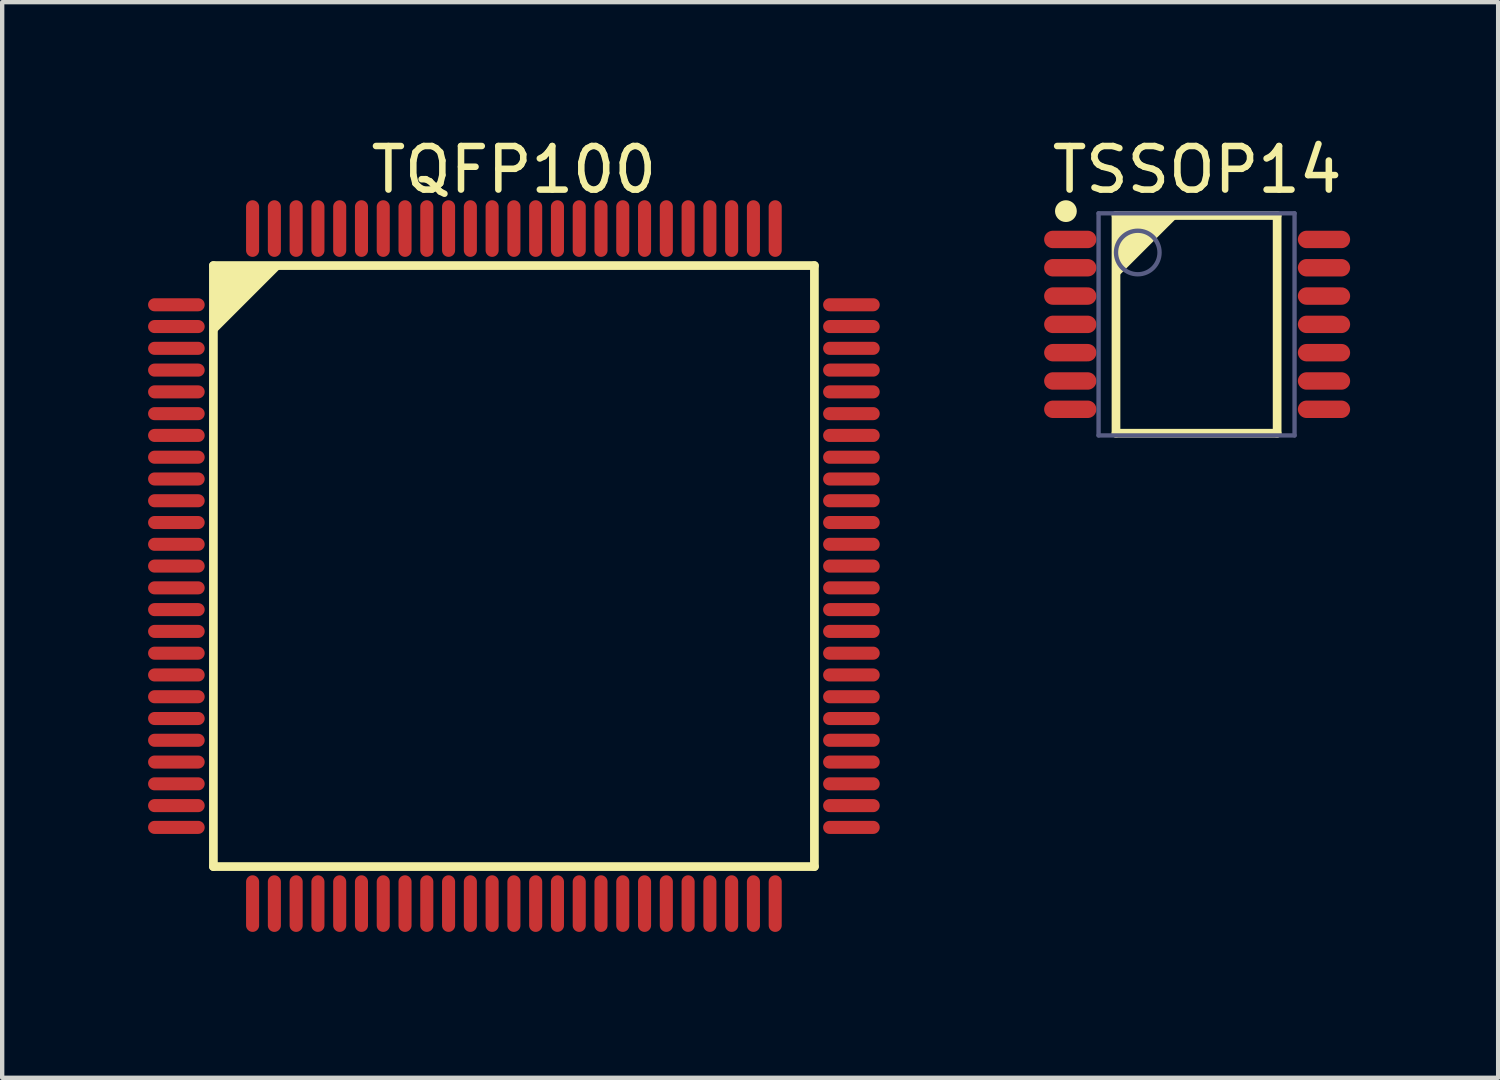
<source format=kicad_pcb>
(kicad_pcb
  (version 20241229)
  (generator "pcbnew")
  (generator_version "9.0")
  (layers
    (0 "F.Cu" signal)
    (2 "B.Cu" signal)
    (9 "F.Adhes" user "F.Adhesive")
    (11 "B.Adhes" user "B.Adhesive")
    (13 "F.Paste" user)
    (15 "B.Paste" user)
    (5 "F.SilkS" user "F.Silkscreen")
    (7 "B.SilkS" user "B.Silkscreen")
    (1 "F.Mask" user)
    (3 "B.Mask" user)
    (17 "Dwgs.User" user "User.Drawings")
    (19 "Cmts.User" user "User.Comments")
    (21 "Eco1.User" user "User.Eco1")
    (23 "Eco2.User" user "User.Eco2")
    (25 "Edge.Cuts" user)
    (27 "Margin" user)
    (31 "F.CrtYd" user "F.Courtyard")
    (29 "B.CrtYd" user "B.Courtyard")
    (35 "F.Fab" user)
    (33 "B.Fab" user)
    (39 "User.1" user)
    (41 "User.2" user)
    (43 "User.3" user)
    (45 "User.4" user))
  (footprint "TQFP100"
    (layer "F.Cu")
    (at 8.75 9.948)
    (property "Reference" "TQFP100" (at 0 -9.1 0) (layer "F.SilkS") (effects (font (size 1 1) (thickness 0.15))))
    (fp_line (start -6.9 -6.9) (end 6.9 -6.9) (stroke (width 0.2) (type solid)) (layer "F.SilkS"))
    (fp_line (start -6.9 6.9) (end -6.9 -6.9) (stroke (width 0.2) (type solid)) (layer "F.SilkS"))
    (fp_line (start -6.9 6.9) (end 6.9 6.9) (stroke (width 0.2) (type solid)) (layer "F.SilkS"))
    (fp_line (start 6.9 6.9) (end 6.9 -6.9) (stroke (width 0.2) (type solid)) (layer "F.SilkS"))
    (fp_poly (pts (xy -6.85 -6.85) (xy -5.35 -6.85) (xy -6.85 -5.35)) (stroke (width 0) (type default)) (fill yes) (layer "F.SilkS"))
    (fp_line (start -8.7 -8.7) (end 8.7 -8.7) (stroke (width 0.1) (type solid)) (layer "Eco2.User"))
    (fp_line (start -8.7 8.7) (end -8.7 -8.7) (stroke (width 0.1) (type solid)) (layer "Eco2.User"))
    (fp_line (start -8.7 8.7) (end 8.7 8.7) (stroke (width 0.1) (type solid)) (layer "Eco2.User"))
    (fp_line (start -0.5 0) (end 0.5 0) (stroke (width 0.1) (type solid)) (layer "Eco2.User"))
    (fp_line (start 0 0.5) (end 0 -0.5) (stroke (width 0.1) (type solid)) (layer "Eco2.User"))
    (fp_line (start 8.7 8.7) (end 8.7 -8.7) (stroke (width 0.1) (type solid)) (layer "Eco2.User"))
    (fp_text_box "" (start -7.55 -6.6) (end -7.55 -6.6) (margins 0.425 0.425 0.425 0.425) (angle 270) (layer "F.Cu") (effects (font (size 0.5 0.05) (thickness 0.45)) (justify left bottom)) (border yes) (stroke (width 0.1) (type default)))
    (pad "1" smd oval (at -7.75 -6 90) (size 0.3 1.3) (layers "F.Cu" "F.Mask" "F.Paste"))
    (pad "2" smd oval (at -7.75 -5.5 90) (size 0.3 1.3) (layers "F.Cu" "F.Mask" "F.Paste"))
    (pad "3" smd oval (at -7.75 -5 90) (size 0.3 1.3) (layers "F.Cu" "F.Mask" "F.Paste"))
    (pad "4" smd oval (at -7.75 -4.5 90) (size 0.3 1.3) (layers "F.Cu" "F.Mask" "F.Paste"))
    (pad "5" smd oval (at -7.75 -4 90) (size 0.3 1.3) (layers "F.Cu" "F.Mask" "F.Paste"))
    (pad "6" smd oval (at -7.75 -3.5 90) (size 0.3 1.3) (layers "F.Cu" "F.Mask" "F.Paste"))
    (pad "7" smd oval (at -7.75 -3 90) (size 0.3 1.3) (layers "F.Cu" "F.Mask" "F.Paste"))
    (pad "8" smd oval (at -7.75 -2.5 90) (size 0.3 1.3) (layers "F.Cu" "F.Mask" "F.Paste"))
    (pad "9" smd oval (at -7.75 -2 90) (size 0.3 1.3) (layers "F.Cu" "F.Mask" "F.Paste"))
    (pad "10" smd oval (at -7.75 -1.5 90) (size 0.3 1.3) (layers "F.Cu" "F.Mask" "F.Paste"))
    (pad "11" smd oval (at -7.75 -1 90) (size 0.3 1.3) (layers "F.Cu" "F.Mask" "F.Paste"))
    (pad "12" smd oval (at -7.75 -0.5 90) (size 0.3 1.3) (layers "F.Cu" "F.Mask" "F.Paste"))
    (pad "13" smd oval (at -7.75 0 90) (size 0.3 1.3) (layers "F.Cu" "F.Mask" "F.Paste"))
    (pad "14" smd oval (at -7.75 0.5 90) (size 0.3 1.3) (layers "F.Cu" "F.Mask" "F.Paste"))
    (pad "15" smd oval (at -7.75 1 90) (size 0.3 1.3) (layers "F.Cu" "F.Mask" "F.Paste"))
    (pad "16" smd oval (at -7.75 1.5 90) (size 0.3 1.3) (layers "F.Cu" "F.Mask" "F.Paste"))
    (pad "17" smd oval (at -7.75 2 90) (size 0.3 1.3) (layers "F.Cu" "F.Mask" "F.Paste"))
    (pad "18" smd oval (at -7.75 2.5 90) (size 0.3 1.3) (layers "F.Cu" "F.Mask" "F.Paste"))
    (pad "19" smd oval (at -7.75 3 90) (size 0.3 1.3) (layers "F.Cu" "F.Mask" "F.Paste"))
    (pad "20" smd oval (at -7.75 3.5 90) (size 0.3 1.3) (layers "F.Cu" "F.Mask" "F.Paste"))
    (pad "21" smd oval (at -7.75 4 90) (size 0.3 1.3) (layers "F.Cu" "F.Mask" "F.Paste"))
    (pad "22" smd oval (at -7.75 4.5 90) (size 0.3 1.3) (layers "F.Cu" "F.Mask" "F.Paste"))
    (pad "23" smd oval (at -7.75 5 90) (size 0.3 1.3) (layers "F.Cu" "F.Mask" "F.Paste"))
    (pad "24" smd oval (at -7.75 5.5 90) (size 0.3 1.3) (layers "F.Cu" "F.Mask" "F.Paste"))
    (pad "25" smd oval (at -7.75 6 90) (size 0.3 1.3) (layers "F.Cu" "F.Mask" "F.Paste"))
    (pad "26" smd oval (at -6 7.75) (size 0.3 1.3) (layers "F.Cu" "F.Mask" "F.Paste"))
    (pad "27" smd oval (at -5.5 7.75) (size 0.3 1.3) (layers "F.Cu" "F.Mask" "F.Paste"))
    (pad "28" smd oval (at -5 7.75) (size 0.3 1.3) (layers "F.Cu" "F.Mask" "F.Paste"))
    (pad "29" smd oval (at -4.5 7.75) (size 0.3 1.3) (layers "F.Cu" "F.Mask" "F.Paste"))
    (pad "30" smd oval (at -4 7.75) (size 0.3 1.3) (layers "F.Cu" "F.Mask" "F.Paste"))
    (pad "31" smd oval (at -3.5 7.75) (size 0.3 1.3) (layers "F.Cu" "F.Mask" "F.Paste"))
    (pad "32" smd oval (at -3 7.75) (size 0.3 1.3) (layers "F.Cu" "F.Mask" "F.Paste"))
    (pad "33" smd oval (at -2.5 7.75) (size 0.3 1.3) (layers "F.Cu" "F.Mask" "F.Paste"))
    (pad "34" smd oval (at -2 7.75) (size 0.3 1.3) (layers "F.Cu" "F.Mask" "F.Paste"))
    (pad "35" smd oval (at -1.5 7.75) (size 0.3 1.3) (layers "F.Cu" "F.Mask" "F.Paste"))
    (pad "36" smd oval (at -1 7.75) (size 0.3 1.3) (layers "F.Cu" "F.Mask" "F.Paste"))
    (pad "37" smd oval (at -0.5 7.75) (size 0.3 1.3) (layers "F.Cu" "F.Mask" "F.Paste"))
    (pad "38" smd oval (at 0 7.75) (size 0.3 1.3) (layers "F.Cu" "F.Mask" "F.Paste"))
    (pad "39" smd oval (at 0.5 7.75) (size 0.3 1.3) (layers "F.Cu" "F.Mask" "F.Paste"))
    (pad "40" smd oval (at 1 7.75) (size 0.3 1.3) (layers "F.Cu" "F.Mask" "F.Paste"))
    (pad "41" smd oval (at 1.5 7.75) (size 0.3 1.3) (layers "F.Cu" "F.Mask" "F.Paste"))
    (pad "42" smd oval (at 2 7.75) (size 0.3 1.3) (layers "F.Cu" "F.Mask" "F.Paste"))
    (pad "43" smd oval (at 2.5 7.75) (size 0.3 1.3) (layers "F.Cu" "F.Mask" "F.Paste"))
    (pad "44" smd oval (at 3 7.75) (size 0.3 1.3) (layers "F.Cu" "F.Mask" "F.Paste"))
    (pad "45" smd oval (at 3.5 7.75) (size 0.3 1.3) (layers "F.Cu" "F.Mask" "F.Paste"))
    (pad "46" smd oval (at 4 7.75) (size 0.3 1.3) (layers "F.Cu" "F.Mask" "F.Paste"))
    (pad "47" smd oval (at 4.5 7.75) (size 0.3 1.3) (layers "F.Cu" "F.Mask" "F.Paste"))
    (pad "48" smd oval (at 5 7.75) (size 0.3 1.3) (layers "F.Cu" "F.Mask" "F.Paste"))
    (pad "49" smd oval (at 5.5 7.75) (size 0.3 1.3) (layers "F.Cu" "F.Mask" "F.Paste"))
    (pad "50" smd oval (at 6 7.75) (size 0.3 1.3) (layers "F.Cu" "F.Mask" "F.Paste"))
    (pad "51" smd oval (at 7.75 6 90) (size 0.3 1.3) (layers "F.Cu" "F.Mask" "F.Paste"))
    (pad "52" smd oval (at 7.75 5.5 90) (size 0.3 1.3) (layers "F.Cu" "F.Mask" "F.Paste"))
    (pad "53" smd oval (at 7.75 5 90) (size 0.3 1.3) (layers "F.Cu" "F.Mask" "F.Paste"))
    (pad "54" smd oval (at 7.75 4.5 90) (size 0.3 1.3) (layers "F.Cu" "F.Mask" "F.Paste"))
    (pad "55" smd oval (at 7.75 4 90) (size 0.3 1.3) (layers "F.Cu" "F.Mask" "F.Paste"))
    (pad "56" smd oval (at 7.75 3.5 90) (size 0.3 1.3) (layers "F.Cu" "F.Mask" "F.Paste"))
    (pad "57" smd oval (at 7.75 3 90) (size 0.3 1.3) (layers "F.Cu" "F.Mask" "F.Paste"))
    (pad "58" smd oval (at 7.75 2.5 90) (size 0.3 1.3) (layers "F.Cu" "F.Mask" "F.Paste"))
    (pad "59" smd oval (at 7.75 2 90) (size 0.3 1.3) (layers "F.Cu" "F.Mask" "F.Paste"))
    (pad "60" smd oval (at 7.75 1.5 90) (size 0.3 1.3) (layers "F.Cu" "F.Mask" "F.Paste"))
    (pad "61" smd oval (at 7.75 1 90) (size 0.3 1.3) (layers "F.Cu" "F.Mask" "F.Paste"))
    (pad "62" smd oval (at 7.75 0.5 90) (size 0.3 1.3) (layers "F.Cu" "F.Mask" "F.Paste"))
    (pad "63" smd oval (at 7.75 0 90) (size 0.3 1.3) (layers "F.Cu" "F.Mask" "F.Paste"))
    (pad "64" smd oval (at 7.75 -0.5 90) (size 0.3 1.3) (layers "F.Cu" "F.Mask" "F.Paste"))
    (pad "65" smd oval (at 7.75 -1 90) (size 0.3 1.3) (layers "F.Cu" "F.Mask" "F.Paste"))
    (pad "66" smd oval (at 7.75 -1.5 90) (size 0.3 1.3) (layers "F.Cu" "F.Mask" "F.Paste"))
    (pad "67" smd oval (at 7.75 -2 90) (size 0.3 1.3) (layers "F.Cu" "F.Mask" "F.Paste"))
    (pad "68" smd oval (at 7.75 -2.5 90) (size 0.3 1.3) (layers "F.Cu" "F.Mask" "F.Paste"))
    (pad "69" smd oval (at 7.75 -3 90) (size 0.3 1.3) (layers "F.Cu" "F.Mask" "F.Paste"))
    (pad "70" smd oval (at 7.75 -3.5 90) (size 0.3 1.3) (layers "F.Cu" "F.Mask" "F.Paste"))
    (pad "71" smd oval (at 7.75 -4 90) (size 0.3 1.3) (layers "F.Cu" "F.Mask" "F.Paste"))
    (pad "72" smd oval (at 7.75 -4.5 90) (size 0.3 1.3) (layers "F.Cu" "F.Mask" "F.Paste"))
    (pad "73" smd oval (at 7.75 -5 90) (size 0.3 1.3) (layers "F.Cu" "F.Mask" "F.Paste"))
    (pad "74" smd oval (at 7.75 -5.5 90) (size 0.3 1.3) (layers "F.Cu" "F.Mask" "F.Paste"))
    (pad "75" smd oval (at 7.75 -6 90) (size 0.3 1.3) (layers "F.Cu" "F.Mask" "F.Paste"))
    (pad "76" smd oval (at 6 -7.75) (size 0.3 1.3) (layers "F.Cu" "F.Mask" "F.Paste"))
    (pad "77" smd oval (at 5.5 -7.75) (size 0.3 1.3) (layers "F.Cu" "F.Mask" "F.Paste"))
    (pad "78" smd oval (at 5 -7.75) (size 0.3 1.3) (layers "F.Cu" "F.Mask" "F.Paste"))
    (pad "79" smd oval (at 4.5 -7.75) (size 0.3 1.3) (layers "F.Cu" "F.Mask" "F.Paste"))
    (pad "80" smd oval (at 4 -7.75) (size 0.3 1.3) (layers "F.Cu" "F.Mask" "F.Paste"))
    (pad "81" smd oval (at 3.5 -7.75) (size 0.3 1.3) (layers "F.Cu" "F.Mask" "F.Paste"))
    (pad "82" smd oval (at 3 -7.75) (size 0.3 1.3) (layers "F.Cu" "F.Mask" "F.Paste"))
    (pad "83" smd oval (at 2.5 -7.75) (size 0.3 1.3) (layers "F.Cu" "F.Mask" "F.Paste"))
    (pad "84" smd oval (at 2 -7.75) (size 0.3 1.3) (layers "F.Cu" "F.Mask" "F.Paste"))
    (pad "85" smd oval (at 1.5 -7.75) (size 0.3 1.3) (layers "F.Cu" "F.Mask" "F.Paste"))
    (pad "86" smd oval (at 1 -7.75) (size 0.3 1.3) (layers "F.Cu" "F.Mask" "F.Paste"))
    (pad "87" smd oval (at 0.5 -7.75) (size 0.3 1.3) (layers "F.Cu" "F.Mask" "F.Paste"))
    (pad "88" smd oval (at 0 -7.75) (size 0.3 1.3) (layers "F.Cu" "F.Mask" "F.Paste"))
    (pad "89" smd oval (at -0.5 -7.75) (size 0.3 1.3) (layers "F.Cu" "F.Mask" "F.Paste"))
    (pad "90" smd oval (at -1 -7.75) (size 0.3 1.3) (layers "F.Cu" "F.Mask" "F.Paste"))
    (pad "91" smd oval (at -1.5 -7.75) (size 0.3 1.3) (layers "F.Cu" "F.Mask" "F.Paste"))
    (pad "92" smd oval (at -2 -7.75) (size 0.3 1.3) (layers "F.Cu" "F.Mask" "F.Paste"))
    (pad "93" smd oval (at -2.5 -7.75) (size 0.3 1.3) (layers "F.Cu" "F.Mask" "F.Paste"))
    (pad "94" smd oval (at -3 -7.75) (size 0.3 1.3) (layers "F.Cu" "F.Mask" "F.Paste"))
    (pad "95" smd oval (at -3.5 -7.75) (size 0.3 1.3) (layers "F.Cu" "F.Mask" "F.Paste"))
    (pad "96" smd oval (at -4 -7.75) (size 0.3 1.3) (layers "F.Cu" "F.Mask" "F.Paste"))
    (pad "97" smd oval (at -4.5 -7.75) (size 0.3 1.3) (layers "F.Cu" "F.Mask" "F.Paste"))
    (pad "98" smd oval (at -5 -7.75) (size 0.3 1.3) (layers "F.Cu" "F.Mask" "F.Paste"))
    (pad "99" smd oval (at -5.5 -7.75) (size 0.3 1.3) (layers "F.Cu" "F.Mask" "F.Paste"))
    (pad "100" smd oval (at -6 -7.75) (size 0.3 1.3) (layers "F.Cu" "F.Mask" "F.Paste")))
  (footprint "TSSOP14"
    (layer "F.Cu")
    (at 24.438 4.398)
    (property "Reference" "TSSOP14" (at 0 -3.55 0) (layer "F.SilkS") (effects (font (size 1 1) (thickness 0.15))))
    (fp_line (start -1.863 -2.5) (end 1.837 -2.5) (stroke (width 0.2) (type solid)) (layer "F.SilkS"))
    (fp_line (start -1.863 2.5) (end -1.863 -2.5) (stroke (width 0.2) (type solid)) (layer "F.SilkS"))
    (fp_line (start -1.863 2.5) (end 1.837 2.5) (stroke (width 0.2) (type solid)) (layer "F.SilkS"))
    (fp_line (start 1.837 2.5) (end 1.837 -2.5) (stroke (width 0.2) (type solid)) (layer "F.SilkS"))
    (fp_circle (center -3.013 -2.6) (end -3.013 -2.725) (stroke (width 0.25) (type solid)) (fill no) (layer "F.SilkS"))
    (fp_poly (pts (xy -0.412 -2.5) (xy -1.913 -1) (xy -1.913 -2.5) (xy -1.863 -2.55)) (stroke (width 0) (type default)) (fill yes) (layer "F.SilkS"))
    (fp_line (start -3.913 -2.8) (end 3.888 -2.8) (stroke (width 0.05) (type solid)) (layer "Eco2.User"))
    (fp_line (start -3.913 2.8) (end -3.913 -2.8) (stroke (width 0.05) (type solid)) (layer "Eco2.User"))
    (fp_line (start -3.913 2.8) (end 3.888 2.8) (stroke (width 0.05) (type solid)) (layer "Eco2.User"))
    (fp_line (start 3.888 2.8) (end 3.888 -2.8) (stroke (width 0.05) (type solid)) (layer "Eco2.User"))
    (fp_circle (center -0.013 0) (end -0.013 -0.154) (stroke (width 0.4) (type solid)) (fill no) (layer "Eco2.User"))
    (fp_line (start -2.263 -2.55) (end 2.237 -2.55) (stroke (width 0.1) (type solid)) (layer "B.Fab"))
    (fp_line (start -2.263 2.55) (end -2.263 -2.55) (stroke (width 0.1) (type solid)) (layer "B.Fab"))
    (fp_line (start -2.263 2.55) (end 2.237 2.55) (stroke (width 0.1) (type solid)) (layer "B.Fab"))
    (fp_line (start 2.237 2.55) (end 2.237 -2.55) (stroke (width 0.1) (type solid)) (layer "B.Fab"))
    (fp_circle (center -1.363 -1.65) (end -1.363 -2.15) (stroke (width 0.1) (type solid)) (fill no) (layer "B.Fab"))
    (pad "1" smd oval (at -2.913 -1.95 90) (size 0.4 1.2) (layers "F.Cu" "F.Mask" "F.Paste"))
    (pad "2" smd oval (at -2.913 -1.3 90) (size 0.4 1.2) (layers "F.Cu" "F.Mask" "F.Paste"))
    (pad "3" smd oval (at -2.913 -0.65 90) (size 0.4 1.2) (layers "F.Cu" "F.Mask" "F.Paste"))
    (pad "4" smd oval (at -2.913 0 90) (size 0.4 1.2) (layers "F.Cu" "F.Mask" "F.Paste"))
    (pad "5" smd oval (at -2.913 0.65 90) (size 0.4 1.2) (layers "F.Cu" "F.Mask" "F.Paste"))
    (pad "6" smd oval (at -2.913 1.3 90) (size 0.4 1.2) (layers "F.Cu" "F.Mask" "F.Paste"))
    (pad "7" smd oval (at -2.913 1.95 90) (size 0.4 1.2) (layers "F.Cu" "F.Mask" "F.Paste"))
    (pad "8" smd oval (at 2.913 1.95 90) (size 0.4 1.2) (layers "F.Cu" "F.Mask" "F.Paste"))
    (pad "9" smd oval (at 2.913 1.3 90) (size 0.4 1.2) (layers "F.Cu" "F.Mask" "F.Paste"))
    (pad "10" smd oval (at 2.913 0.65 90) (size 0.4 1.2) (layers "F.Cu" "F.Mask" "F.Paste"))
    (pad "11" smd oval (at 2.913 0 90) (size 0.4 1.2) (layers "F.Cu" "F.Mask" "F.Paste"))
    (pad "12" smd oval (at 2.913 -0.65 90) (size 0.4 1.2) (layers "F.Cu" "F.Mask" "F.Paste"))
    (pad "13" smd oval (at 2.913 -1.3 90) (size 0.4 1.2) (layers "F.Cu" "F.Mask" "F.Paste"))
    (pad "14" smd oval (at 2.913 -1.95 90) (size 0.4 1.2) (layers "F.Cu" "F.Mask" "F.Paste")))
  (gr_rect
    (start -3 -3)
    (end 31.35 21.698)
    (stroke (width 0.1) (type default))
    (fill no)
    (layer "Edge.Cuts")))
</source>
